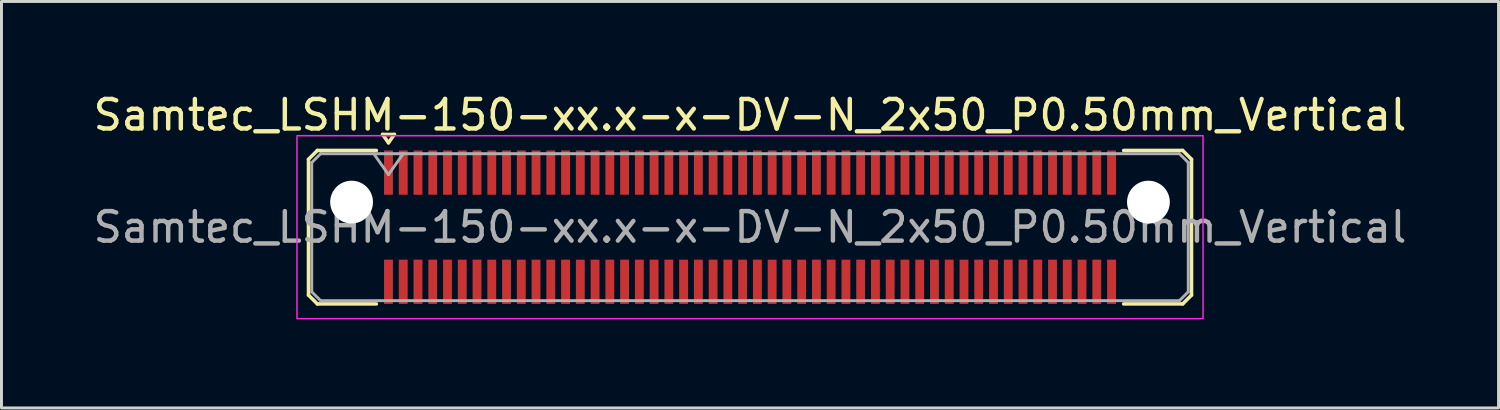
<source format=kicad_pcb>
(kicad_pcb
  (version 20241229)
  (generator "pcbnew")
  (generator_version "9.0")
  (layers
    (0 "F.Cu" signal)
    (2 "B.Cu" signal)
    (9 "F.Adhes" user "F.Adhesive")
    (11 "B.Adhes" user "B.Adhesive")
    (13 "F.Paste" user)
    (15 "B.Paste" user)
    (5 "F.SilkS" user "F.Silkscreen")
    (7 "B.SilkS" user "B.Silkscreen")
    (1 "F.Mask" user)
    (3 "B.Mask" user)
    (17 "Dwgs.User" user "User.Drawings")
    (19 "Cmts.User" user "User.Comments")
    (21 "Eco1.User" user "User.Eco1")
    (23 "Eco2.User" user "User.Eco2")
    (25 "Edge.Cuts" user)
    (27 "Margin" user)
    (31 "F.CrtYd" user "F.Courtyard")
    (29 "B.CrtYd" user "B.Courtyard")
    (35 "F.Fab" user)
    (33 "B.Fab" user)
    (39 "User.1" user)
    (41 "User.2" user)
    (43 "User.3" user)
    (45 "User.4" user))
  (footprint "Samtec_LSHM-150-xx.x-x-DV-N_2x50_P0.50mm_Vertical"
    (layer "F.Cu")
    (at 22.363 4.648)
    (property "Reference" "Samtec_LSHM-150-xx.x-x-DV-N_2x50_P0.50mm_Vertical" (at 0 -3.8 0) (layer "F.SilkS") (effects (font (size 1 1) (thickness 0.15))))
    (attr smd)
    (fp_line (start -14.96 -2.3) (end -14.96 2.3) (stroke (width 0.12) (type solid)) (layer "F.SilkS"))
    (fp_line (start -14.96 2.3) (end -14.66 2.6) (stroke (width 0.12) (type solid)) (layer "F.SilkS"))
    (fp_line (start -14.66 -2.6) (end -14.96 -2.3) (stroke (width 0.12) (type solid)) (layer "F.SilkS"))
    (fp_line (start -14.66 2.6) (end -12.66 2.6) (stroke (width 0.12) (type solid)) (layer "F.SilkS"))
    (fp_line (start -12.66 -2.6) (end -14.66 -2.6) (stroke (width 0.12) (type solid)) (layer "F.SilkS"))
    (fp_line (start -12.45 -3.143) (end -12.05 -3.143) (stroke (width 0.12) (type solid)) (layer "F.SilkS"))
    (fp_line (start -12.25 -2.86) (end -12.45 -3.143) (stroke (width 0.12) (type solid)) (layer "F.SilkS"))
    (fp_line (start -12.05 -3.143) (end -12.25 -2.86) (stroke (width 0.12) (type solid)) (layer "F.SilkS"))
    (fp_line (start 12.66 -2.6) (end 14.66 -2.6) (stroke (width 0.12) (type solid)) (layer "F.SilkS"))
    (fp_line (start 14.66 -2.6) (end 14.96 -2.3) (stroke (width 0.12) (type solid)) (layer "F.SilkS"))
    (fp_line (start 14.66 2.6) (end 12.66 2.6) (stroke (width 0.12) (type solid)) (layer "F.SilkS"))
    (fp_line (start 14.96 -2.3) (end 14.96 2.3) (stroke (width 0.12) (type solid)) (layer "F.SilkS"))
    (fp_line (start 14.96 2.3) (end 14.66 2.6) (stroke (width 0.12) (type solid)) (layer "F.SilkS"))
    (fp_rect (start -15.35 -3.1) (end 15.35 3.1) (stroke (width 0.05) (type solid)) (fill no) (layer "F.CrtYd"))
    (fp_line (start -14.85 -2.19) (end -14.85 2.19) (stroke (width 0.1) (type solid)) (layer "F.Fab"))
    (fp_line (start -14.85 2.19) (end -14.55 2.49) (stroke (width 0.1) (type solid)) (layer "F.Fab"))
    (fp_line (start -14.55 -2.49) (end -14.85 -2.19) (stroke (width 0.1) (type solid)) (layer "F.Fab"))
    (fp_line (start -14.55 2.49) (end 0 2.49) (stroke (width 0.1) (type solid)) (layer "F.Fab"))
    (fp_line (start -12.75 -2.49) (end -12.25 -1.783) (stroke (width 0.1) (type solid)) (layer "F.Fab"))
    (fp_line (start -12.25 -1.783) (end -11.75 -2.49) (stroke (width 0.1) (type solid)) (layer "F.Fab"))
    (fp_line (start 0 -2.49) (end -14.55 -2.49) (stroke (width 0.1) (type solid)) (layer "F.Fab"))
    (fp_line (start 0 -2.49) (end 14.55 -2.49) (stroke (width 0.1) (type solid)) (layer "F.Fab"))
    (fp_line (start 14.55 -2.49) (end 14.85 -2.19) (stroke (width 0.1) (type solid)) (layer "F.Fab"))
    (fp_line (start 14.55 2.49) (end 0 2.49) (stroke (width 0.1) (type solid)) (layer "F.Fab"))
    (fp_line (start 14.85 -2.19) (end 14.85 2.19) (stroke (width 0.1) (type solid)) (layer "F.Fab"))
    (fp_line (start 14.85 2.19) (end 14.55 2.49) (stroke (width 0.1) (type solid)) (layer "F.Fab"))
    (fp_text user "${REFERENCE}" (at 0 0 0) (layer "F.Fab") (effects (font (size 1 1) (thickness 0.15))))
    (pad "" np_thru_hole circle (at -13.5 -0.85) (size 1.45 1.45) (drill 1.45) (layers "*.Cu" "*.Mask"))
    (pad "" np_thru_hole circle (at 13.5 -0.85) (size 1.45 1.45) (drill 1.45) (layers "*.Cu" "*.Mask"))
    (pad "1" smd rect (at -12.25 -1.85) (size 0.3 1.5) (layers "F.Cu" "F.Mask" "F.Paste"))
    (pad "2" smd rect (at -12.25 1.85) (size 0.3 1.5) (layers "F.Cu" "F.Mask" "F.Paste"))
    (pad "3" smd rect (at -11.75 -1.85) (size 0.3 1.5) (layers "F.Cu" "F.Mask" "F.Paste"))
    (pad "4" smd rect (at -11.75 1.85) (size 0.3 1.5) (layers "F.Cu" "F.Mask" "F.Paste"))
    (pad "5" smd rect (at -11.25 -1.85) (size 0.3 1.5) (layers "F.Cu" "F.Mask" "F.Paste"))
    (pad "6" smd rect (at -11.25 1.85) (size 0.3 1.5) (layers "F.Cu" "F.Mask" "F.Paste"))
    (pad "7" smd rect (at -10.75 -1.85) (size 0.3 1.5) (layers "F.Cu" "F.Mask" "F.Paste"))
    (pad "8" smd rect (at -10.75 1.85) (size 0.3 1.5) (layers "F.Cu" "F.Mask" "F.Paste"))
    (pad "9" smd rect (at -10.25 -1.85) (size 0.3 1.5) (layers "F.Cu" "F.Mask" "F.Paste"))
    (pad "10" smd rect (at -10.25 1.85) (size 0.3 1.5) (layers "F.Cu" "F.Mask" "F.Paste"))
    (pad "11" smd rect (at -9.75 -1.85) (size 0.3 1.5) (layers "F.Cu" "F.Mask" "F.Paste"))
    (pad "12" smd rect (at -9.75 1.85) (size 0.3 1.5) (layers "F.Cu" "F.Mask" "F.Paste"))
    (pad "13" smd rect (at -9.25 -1.85) (size 0.3 1.5) (layers "F.Cu" "F.Mask" "F.Paste"))
    (pad "14" smd rect (at -9.25 1.85) (size 0.3 1.5) (layers "F.Cu" "F.Mask" "F.Paste"))
    (pad "15" smd rect (at -8.75 -1.85) (size 0.3 1.5) (layers "F.Cu" "F.Mask" "F.Paste"))
    (pad "16" smd rect (at -8.75 1.85) (size 0.3 1.5) (layers "F.Cu" "F.Mask" "F.Paste"))
    (pad "17" smd rect (at -8.25 -1.85) (size 0.3 1.5) (layers "F.Cu" "F.Mask" "F.Paste"))
    (pad "18" smd rect (at -8.25 1.85) (size 0.3 1.5) (layers "F.Cu" "F.Mask" "F.Paste"))
    (pad "19" smd rect (at -7.75 -1.85) (size 0.3 1.5) (layers "F.Cu" "F.Mask" "F.Paste"))
    (pad "20" smd rect (at -7.75 1.85) (size 0.3 1.5) (layers "F.Cu" "F.Mask" "F.Paste"))
    (pad "21" smd rect (at -7.25 -1.85) (size 0.3 1.5) (layers "F.Cu" "F.Mask" "F.Paste"))
    (pad "22" smd rect (at -7.25 1.85) (size 0.3 1.5) (layers "F.Cu" "F.Mask" "F.Paste"))
    (pad "23" smd rect (at -6.75 -1.85) (size 0.3 1.5) (layers "F.Cu" "F.Mask" "F.Paste"))
    (pad "24" smd rect (at -6.75 1.85) (size 0.3 1.5) (layers "F.Cu" "F.Mask" "F.Paste"))
    (pad "25" smd rect (at -6.25 -1.85) (size 0.3 1.5) (layers "F.Cu" "F.Mask" "F.Paste"))
    (pad "26" smd rect (at -6.25 1.85) (size 0.3 1.5) (layers "F.Cu" "F.Mask" "F.Paste"))
    (pad "27" smd rect (at -5.75 -1.85) (size 0.3 1.5) (layers "F.Cu" "F.Mask" "F.Paste"))
    (pad "28" smd rect (at -5.75 1.85) (size 0.3 1.5) (layers "F.Cu" "F.Mask" "F.Paste"))
    (pad "29" smd rect (at -5.25 -1.85) (size 0.3 1.5) (layers "F.Cu" "F.Mask" "F.Paste"))
    (pad "30" smd rect (at -5.25 1.85) (size 0.3 1.5) (layers "F.Cu" "F.Mask" "F.Paste"))
    (pad "31" smd rect (at -4.75 -1.85) (size 0.3 1.5) (layers "F.Cu" "F.Mask" "F.Paste"))
    (pad "32" smd rect (at -4.75 1.85) (size 0.3 1.5) (layers "F.Cu" "F.Mask" "F.Paste"))
    (pad "33" smd rect (at -4.25 -1.85) (size 0.3 1.5) (layers "F.Cu" "F.Mask" "F.Paste"))
    (pad "34" smd rect (at -4.25 1.85) (size 0.3 1.5) (layers "F.Cu" "F.Mask" "F.Paste"))
    (pad "35" smd rect (at -3.75 -1.85) (size 0.3 1.5) (layers "F.Cu" "F.Mask" "F.Paste"))
    (pad "36" smd rect (at -3.75 1.85) (size 0.3 1.5) (layers "F.Cu" "F.Mask" "F.Paste"))
    (pad "37" smd rect (at -3.25 -1.85) (size 0.3 1.5) (layers "F.Cu" "F.Mask" "F.Paste"))
    (pad "38" smd rect (at -3.25 1.85) (size 0.3 1.5) (layers "F.Cu" "F.Mask" "F.Paste"))
    (pad "39" smd rect (at -2.75 -1.85) (size 0.3 1.5) (layers "F.Cu" "F.Mask" "F.Paste"))
    (pad "40" smd rect (at -2.75 1.85) (size 0.3 1.5) (layers "F.Cu" "F.Mask" "F.Paste"))
    (pad "41" smd rect (at -2.25 -1.85) (size 0.3 1.5) (layers "F.Cu" "F.Mask" "F.Paste"))
    (pad "42" smd rect (at -2.25 1.85) (size 0.3 1.5) (layers "F.Cu" "F.Mask" "F.Paste"))
    (pad "43" smd rect (at -1.75 -1.85) (size 0.3 1.5) (layers "F.Cu" "F.Mask" "F.Paste"))
    (pad "44" smd rect (at -1.75 1.85) (size 0.3 1.5) (layers "F.Cu" "F.Mask" "F.Paste"))
    (pad "45" smd rect (at -1.25 -1.85) (size 0.3 1.5) (layers "F.Cu" "F.Mask" "F.Paste"))
    (pad "46" smd rect (at -1.25 1.85) (size 0.3 1.5) (layers "F.Cu" "F.Mask" "F.Paste"))
    (pad "47" smd rect (at -0.75 -1.85) (size 0.3 1.5) (layers "F.Cu" "F.Mask" "F.Paste"))
    (pad "48" smd rect (at -0.75 1.85) (size 0.3 1.5) (layers "F.Cu" "F.Mask" "F.Paste"))
    (pad "49" smd rect (at -0.25 -1.85) (size 0.3 1.5) (layers "F.Cu" "F.Mask" "F.Paste"))
    (pad "50" smd rect (at -0.25 1.85) (size 0.3 1.5) (layers "F.Cu" "F.Mask" "F.Paste"))
    (pad "51" smd rect (at 0.25 -1.85) (size 0.3 1.5) (layers "F.Cu" "F.Mask" "F.Paste"))
    (pad "52" smd rect (at 0.25 1.85) (size 0.3 1.5) (layers "F.Cu" "F.Mask" "F.Paste"))
    (pad "53" smd rect (at 0.75 -1.85) (size 0.3 1.5) (layers "F.Cu" "F.Mask" "F.Paste"))
    (pad "54" smd rect (at 0.75 1.85) (size 0.3 1.5) (layers "F.Cu" "F.Mask" "F.Paste"))
    (pad "55" smd rect (at 1.25 -1.85) (size 0.3 1.5) (layers "F.Cu" "F.Mask" "F.Paste"))
    (pad "56" smd rect (at 1.25 1.85) (size 0.3 1.5) (layers "F.Cu" "F.Mask" "F.Paste"))
    (pad "57" smd rect (at 1.75 -1.85) (size 0.3 1.5) (layers "F.Cu" "F.Mask" "F.Paste"))
    (pad "58" smd rect (at 1.75 1.85) (size 0.3 1.5) (layers "F.Cu" "F.Mask" "F.Paste"))
    (pad "59" smd rect (at 2.25 -1.85) (size 0.3 1.5) (layers "F.Cu" "F.Mask" "F.Paste"))
    (pad "60" smd rect (at 2.25 1.85) (size 0.3 1.5) (layers "F.Cu" "F.Mask" "F.Paste"))
    (pad "61" smd rect (at 2.75 -1.85) (size 0.3 1.5) (layers "F.Cu" "F.Mask" "F.Paste"))
    (pad "62" smd rect (at 2.75 1.85) (size 0.3 1.5) (layers "F.Cu" "F.Mask" "F.Paste"))
    (pad "63" smd rect (at 3.25 -1.85) (size 0.3 1.5) (layers "F.Cu" "F.Mask" "F.Paste"))
    (pad "64" smd rect (at 3.25 1.85) (size 0.3 1.5) (layers "F.Cu" "F.Mask" "F.Paste"))
    (pad "65" smd rect (at 3.75 -1.85) (size 0.3 1.5) (layers "F.Cu" "F.Mask" "F.Paste"))
    (pad "66" smd rect (at 3.75 1.85) (size 0.3 1.5) (layers "F.Cu" "F.Mask" "F.Paste"))
    (pad "67" smd rect (at 4.25 -1.85) (size 0.3 1.5) (layers "F.Cu" "F.Mask" "F.Paste"))
    (pad "68" smd rect (at 4.25 1.85) (size 0.3 1.5) (layers "F.Cu" "F.Mask" "F.Paste"))
    (pad "69" smd rect (at 4.75 -1.85) (size 0.3 1.5) (layers "F.Cu" "F.Mask" "F.Paste"))
    (pad "70" smd rect (at 4.75 1.85) (size 0.3 1.5) (layers "F.Cu" "F.Mask" "F.Paste"))
    (pad "71" smd rect (at 5.25 -1.85) (size 0.3 1.5) (layers "F.Cu" "F.Mask" "F.Paste"))
    (pad "72" smd rect (at 5.25 1.85) (size 0.3 1.5) (layers "F.Cu" "F.Mask" "F.Paste"))
    (pad "73" smd rect (at 5.75 -1.85) (size 0.3 1.5) (layers "F.Cu" "F.Mask" "F.Paste"))
    (pad "74" smd rect (at 5.75 1.85) (size 0.3 1.5) (layers "F.Cu" "F.Mask" "F.Paste"))
    (pad "75" smd rect (at 6.25 -1.85) (size 0.3 1.5) (layers "F.Cu" "F.Mask" "F.Paste"))
    (pad "76" smd rect (at 6.25 1.85) (size 0.3 1.5) (layers "F.Cu" "F.Mask" "F.Paste"))
    (pad "77" smd rect (at 6.75 -1.85) (size 0.3 1.5) (layers "F.Cu" "F.Mask" "F.Paste"))
    (pad "78" smd rect (at 6.75 1.85) (size 0.3 1.5) (layers "F.Cu" "F.Mask" "F.Paste"))
    (pad "79" smd rect (at 7.25 -1.85) (size 0.3 1.5) (layers "F.Cu" "F.Mask" "F.Paste"))
    (pad "80" smd rect (at 7.25 1.85) (size 0.3 1.5) (layers "F.Cu" "F.Mask" "F.Paste"))
    (pad "81" smd rect (at 7.75 -1.85) (size 0.3 1.5) (layers "F.Cu" "F.Mask" "F.Paste"))
    (pad "82" smd rect (at 7.75 1.85) (size 0.3 1.5) (layers "F.Cu" "F.Mask" "F.Paste"))
    (pad "83" smd rect (at 8.25 -1.85) (size 0.3 1.5) (layers "F.Cu" "F.Mask" "F.Paste"))
    (pad "84" smd rect (at 8.25 1.85) (size 0.3 1.5) (layers "F.Cu" "F.Mask" "F.Paste"))
    (pad "85" smd rect (at 8.75 -1.85) (size 0.3 1.5) (layers "F.Cu" "F.Mask" "F.Paste"))
    (pad "86" smd rect (at 8.75 1.85) (size 0.3 1.5) (layers "F.Cu" "F.Mask" "F.Paste"))
    (pad "87" smd rect (at 9.25 -1.85) (size 0.3 1.5) (layers "F.Cu" "F.Mask" "F.Paste"))
    (pad "88" smd rect (at 9.25 1.85) (size 0.3 1.5) (layers "F.Cu" "F.Mask" "F.Paste"))
    (pad "89" smd rect (at 9.75 -1.85) (size 0.3 1.5) (layers "F.Cu" "F.Mask" "F.Paste"))
    (pad "90" smd rect (at 9.75 1.85) (size 0.3 1.5) (layers "F.Cu" "F.Mask" "F.Paste"))
    (pad "91" smd rect (at 10.25 -1.85) (size 0.3 1.5) (layers "F.Cu" "F.Mask" "F.Paste"))
    (pad "92" smd rect (at 10.25 1.85) (size 0.3 1.5) (layers "F.Cu" "F.Mask" "F.Paste"))
    (pad "93" smd rect (at 10.75 -1.85) (size 0.3 1.5) (layers "F.Cu" "F.Mask" "F.Paste"))
    (pad "94" smd rect (at 10.75 1.85) (size 0.3 1.5) (layers "F.Cu" "F.Mask" "F.Paste"))
    (pad "95" smd rect (at 11.25 -1.85) (size 0.3 1.5) (layers "F.Cu" "F.Mask" "F.Paste"))
    (pad "96" smd rect (at 11.25 1.85) (size 0.3 1.5) (layers "F.Cu" "F.Mask" "F.Paste"))
    (pad "97" smd rect (at 11.75 -1.85) (size 0.3 1.5) (layers "F.Cu" "F.Mask" "F.Paste"))
    (pad "98" smd rect (at 11.75 1.85) (size 0.3 1.5) (layers "F.Cu" "F.Mask" "F.Paste"))
    (pad "99" smd rect (at 12.25 -1.85) (size 0.3 1.5) (layers "F.Cu" "F.Mask" "F.Paste"))
    (pad "100" smd rect (at 12.25 1.85) (size 0.3 1.5) (layers "F.Cu" "F.Mask" "F.Paste")))
  (gr_rect
    (start -3 -3)
    (end 47.726 10.773)
    (stroke (width 0.1) (type default))
    (fill no)
    (layer "Edge.Cuts")))
</source>
